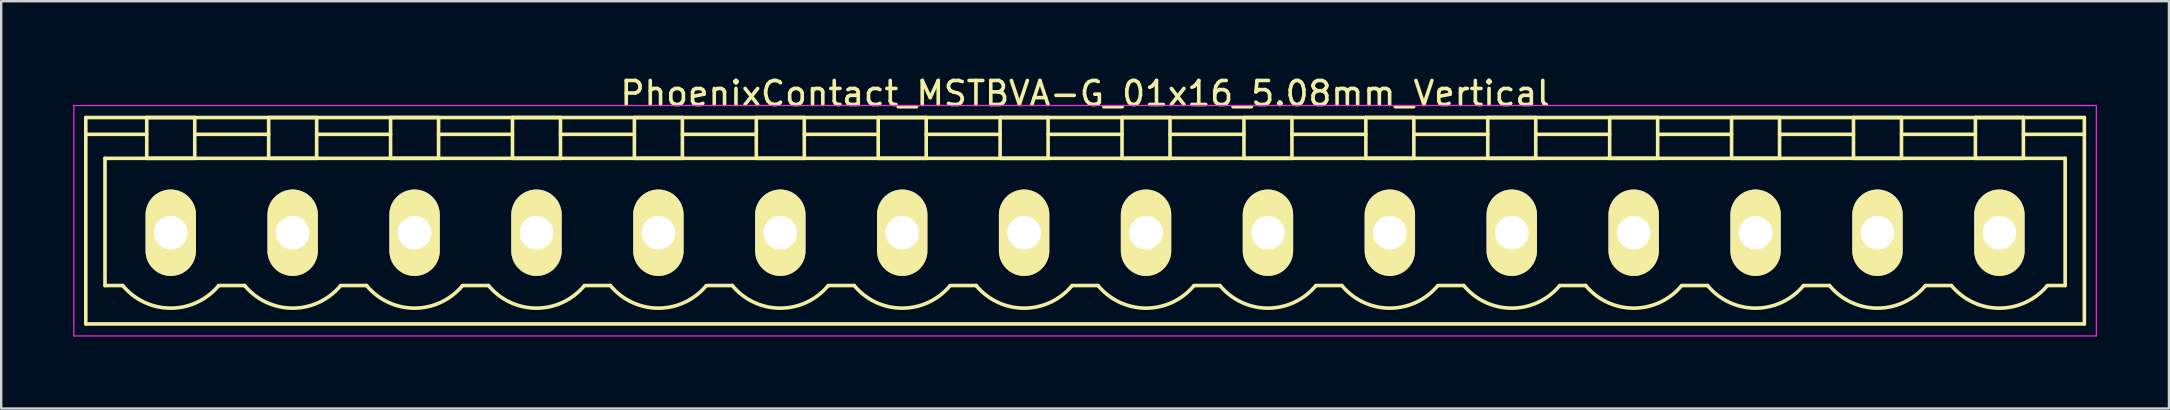
<source format=kicad_pcb>
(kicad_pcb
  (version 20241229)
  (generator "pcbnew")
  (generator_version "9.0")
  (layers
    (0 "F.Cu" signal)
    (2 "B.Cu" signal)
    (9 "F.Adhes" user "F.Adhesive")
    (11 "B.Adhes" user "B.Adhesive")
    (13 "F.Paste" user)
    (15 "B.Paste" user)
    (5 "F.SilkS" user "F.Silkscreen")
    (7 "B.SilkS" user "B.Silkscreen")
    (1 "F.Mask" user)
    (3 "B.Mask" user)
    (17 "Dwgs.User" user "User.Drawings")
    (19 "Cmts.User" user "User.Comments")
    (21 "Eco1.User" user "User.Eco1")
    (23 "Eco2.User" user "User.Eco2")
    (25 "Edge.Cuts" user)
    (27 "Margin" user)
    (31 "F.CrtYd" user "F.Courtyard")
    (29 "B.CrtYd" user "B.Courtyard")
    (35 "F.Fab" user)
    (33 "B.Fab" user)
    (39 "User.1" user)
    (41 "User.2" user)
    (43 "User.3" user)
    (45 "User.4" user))
  (footprint "PhoenixContact_MSTBVA-G_01x16_5.08mm_Vertical"
    (layer "F.Cu")
    (at 4.065 6.648)
    (property "Reference" "PhoenixContact_MSTBVA-G_01x16_5.08mm_Vertical" (at 38.1 -5.8 0) (layer "F.SilkS") (effects (font (size 1 1) (thickness 0.15))))
    (attr through_hole)
    (fp_line (start -3.54 -4.8) (end -3.54 3.8) (stroke (width 0.15) (type solid)) (layer "F.SilkS"))
    (fp_line (start -3.54 -4.1) (end -1 -4.1) (stroke (width 0.15) (type solid)) (layer "F.SilkS"))
    (fp_line (start -3.54 3.8) (end 79.74 3.8) (stroke (width 0.15) (type solid)) (layer "F.SilkS"))
    (fp_line (start -2.74 -3.1) (end 78.94 -3.1) (stroke (width 0.15) (type solid)) (layer "F.SilkS"))
    (fp_line (start -2.74 2.2) (end -2.74 -3.1) (stroke (width 0.15) (type solid)) (layer "F.SilkS"))
    (fp_line (start -2 2.2) (end -2.74 2.2) (stroke (width 0.15) (type solid)) (layer "F.SilkS"))
    (fp_line (start -1 -4.8) (end 1 -4.8) (stroke (width 0.15) (type solid)) (layer "F.SilkS"))
    (fp_line (start -1 -3.1) (end -1 -4.8) (stroke (width 0.15) (type solid)) (layer "F.SilkS"))
    (fp_line (start 1 -4.8) (end 1 -3.1) (stroke (width 0.15) (type solid)) (layer "F.SilkS"))
    (fp_line (start 1 -4.1) (end 4.08 -4.1) (stroke (width 0.15) (type solid)) (layer "F.SilkS"))
    (fp_line (start 1 -3.1) (end -1 -3.1) (stroke (width 0.15) (type solid)) (layer "F.SilkS"))
    (fp_line (start 2 2.2) (end 3.08 2.2) (stroke (width 0.15) (type solid)) (layer "F.SilkS"))
    (fp_line (start 4.08 -4.8) (end 6.08 -4.8) (stroke (width 0.15) (type solid)) (layer "F.SilkS"))
    (fp_line (start 4.08 -3.1) (end 4.08 -4.8) (stroke (width 0.15) (type solid)) (layer "F.SilkS"))
    (fp_line (start 6.08 -4.8) (end 6.08 -3.1) (stroke (width 0.15) (type solid)) (layer "F.SilkS"))
    (fp_line (start 6.08 -4.1) (end 9.16 -4.1) (stroke (width 0.15) (type solid)) (layer "F.SilkS"))
    (fp_line (start 6.08 -3.1) (end 4.08 -3.1) (stroke (width 0.15) (type solid)) (layer "F.SilkS"))
    (fp_line (start 7.08 2.2) (end 8.16 2.2) (stroke (width 0.15) (type solid)) (layer "F.SilkS"))
    (fp_line (start 9.16 -4.8) (end 11.16 -4.8) (stroke (width 0.15) (type solid)) (layer "F.SilkS"))
    (fp_line (start 9.16 -3.1) (end 9.16 -4.8) (stroke (width 0.15) (type solid)) (layer "F.SilkS"))
    (fp_line (start 11.16 -4.8) (end 11.16 -3.1) (stroke (width 0.15) (type solid)) (layer "F.SilkS"))
    (fp_line (start 11.16 -4.1) (end 14.24 -4.1) (stroke (width 0.15) (type solid)) (layer "F.SilkS"))
    (fp_line (start 11.16 -3.1) (end 9.16 -3.1) (stroke (width 0.15) (type solid)) (layer "F.SilkS"))
    (fp_line (start 12.16 2.2) (end 13.24 2.2) (stroke (width 0.15) (type solid)) (layer "F.SilkS"))
    (fp_line (start 14.24 -4.8) (end 16.24 -4.8) (stroke (width 0.15) (type solid)) (layer "F.SilkS"))
    (fp_line (start 14.24 -3.1) (end 14.24 -4.8) (stroke (width 0.15) (type solid)) (layer "F.SilkS"))
    (fp_line (start 16.24 -4.8) (end 16.24 -3.1) (stroke (width 0.15) (type solid)) (layer "F.SilkS"))
    (fp_line (start 16.24 -4.1) (end 19.32 -4.1) (stroke (width 0.15) (type solid)) (layer "F.SilkS"))
    (fp_line (start 16.24 -3.1) (end 14.24 -3.1) (stroke (width 0.15) (type solid)) (layer "F.SilkS"))
    (fp_line (start 17.24 2.2) (end 18.32 2.2) (stroke (width 0.15) (type solid)) (layer "F.SilkS"))
    (fp_line (start 19.32 -4.8) (end 21.32 -4.8) (stroke (width 0.15) (type solid)) (layer "F.SilkS"))
    (fp_line (start 19.32 -3.1) (end 19.32 -4.8) (stroke (width 0.15) (type solid)) (layer "F.SilkS"))
    (fp_line (start 21.32 -4.8) (end 21.32 -3.1) (stroke (width 0.15) (type solid)) (layer "F.SilkS"))
    (fp_line (start 21.32 -4.1) (end 24.4 -4.1) (stroke (width 0.15) (type solid)) (layer "F.SilkS"))
    (fp_line (start 21.32 -3.1) (end 19.32 -3.1) (stroke (width 0.15) (type solid)) (layer "F.SilkS"))
    (fp_line (start 22.32 2.2) (end 23.4 2.2) (stroke (width 0.15) (type solid)) (layer "F.SilkS"))
    (fp_line (start 24.4 -4.8) (end 26.4 -4.8) (stroke (width 0.15) (type solid)) (layer "F.SilkS"))
    (fp_line (start 24.4 -3.1) (end 24.4 -4.8) (stroke (width 0.15) (type solid)) (layer "F.SilkS"))
    (fp_line (start 26.4 -4.8) (end 26.4 -3.1) (stroke (width 0.15) (type solid)) (layer "F.SilkS"))
    (fp_line (start 26.4 -4.1) (end 29.48 -4.1) (stroke (width 0.15) (type solid)) (layer "F.SilkS"))
    (fp_line (start 26.4 -3.1) (end 24.4 -3.1) (stroke (width 0.15) (type solid)) (layer "F.SilkS"))
    (fp_line (start 27.4 2.2) (end 28.48 2.2) (stroke (width 0.15) (type solid)) (layer "F.SilkS"))
    (fp_line (start 29.48 -4.8) (end 31.48 -4.8) (stroke (width 0.15) (type solid)) (layer "F.SilkS"))
    (fp_line (start 29.48 -3.1) (end 29.48 -4.8) (stroke (width 0.15) (type solid)) (layer "F.SilkS"))
    (fp_line (start 31.48 -4.8) (end 31.48 -3.1) (stroke (width 0.15) (type solid)) (layer "F.SilkS"))
    (fp_line (start 31.48 -4.1) (end 34.56 -4.1) (stroke (width 0.15) (type solid)) (layer "F.SilkS"))
    (fp_line (start 31.48 -3.1) (end 29.48 -3.1) (stroke (width 0.15) (type solid)) (layer "F.SilkS"))
    (fp_line (start 32.48 2.2) (end 33.56 2.2) (stroke (width 0.15) (type solid)) (layer "F.SilkS"))
    (fp_line (start 34.56 -4.8) (end 36.56 -4.8) (stroke (width 0.15) (type solid)) (layer "F.SilkS"))
    (fp_line (start 34.56 -3.1) (end 34.56 -4.8) (stroke (width 0.15) (type solid)) (layer "F.SilkS"))
    (fp_line (start 36.56 -4.8) (end 36.56 -3.1) (stroke (width 0.15) (type solid)) (layer "F.SilkS"))
    (fp_line (start 36.56 -4.1) (end 39.64 -4.1) (stroke (width 0.15) (type solid)) (layer "F.SilkS"))
    (fp_line (start 36.56 -3.1) (end 34.56 -3.1) (stroke (width 0.15) (type solid)) (layer "F.SilkS"))
    (fp_line (start 37.56 2.2) (end 38.64 2.2) (stroke (width 0.15) (type solid)) (layer "F.SilkS"))
    (fp_line (start 39.64 -4.8) (end 41.64 -4.8) (stroke (width 0.15) (type solid)) (layer "F.SilkS"))
    (fp_line (start 39.64 -3.1) (end 39.64 -4.8) (stroke (width 0.15) (type solid)) (layer "F.SilkS"))
    (fp_line (start 41.64 -4.8) (end 41.64 -3.1) (stroke (width 0.15) (type solid)) (layer "F.SilkS"))
    (fp_line (start 41.64 -4.1) (end 44.72 -4.1) (stroke (width 0.15) (type solid)) (layer "F.SilkS"))
    (fp_line (start 41.64 -3.1) (end 39.64 -3.1) (stroke (width 0.15) (type solid)) (layer "F.SilkS"))
    (fp_line (start 42.64 2.2) (end 43.72 2.2) (stroke (width 0.15) (type solid)) (layer "F.SilkS"))
    (fp_line (start 44.72 -4.8) (end 46.72 -4.8) (stroke (width 0.15) (type solid)) (layer "F.SilkS"))
    (fp_line (start 44.72 -3.1) (end 44.72 -4.8) (stroke (width 0.15) (type solid)) (layer "F.SilkS"))
    (fp_line (start 46.72 -4.8) (end 46.72 -3.1) (stroke (width 0.15) (type solid)) (layer "F.SilkS"))
    (fp_line (start 46.72 -4.1) (end 49.8 -4.1) (stroke (width 0.15) (type solid)) (layer "F.SilkS"))
    (fp_line (start 46.72 -3.1) (end 44.72 -3.1) (stroke (width 0.15) (type solid)) (layer "F.SilkS"))
    (fp_line (start 47.72 2.2) (end 48.8 2.2) (stroke (width 0.15) (type solid)) (layer "F.SilkS"))
    (fp_line (start 49.8 -4.8) (end 51.8 -4.8) (stroke (width 0.15) (type solid)) (layer "F.SilkS"))
    (fp_line (start 49.8 -3.1) (end 49.8 -4.8) (stroke (width 0.15) (type solid)) (layer "F.SilkS"))
    (fp_line (start 51.8 -4.8) (end 51.8 -3.1) (stroke (width 0.15) (type solid)) (layer "F.SilkS"))
    (fp_line (start 51.8 -4.1) (end 54.88 -4.1) (stroke (width 0.15) (type solid)) (layer "F.SilkS"))
    (fp_line (start 51.8 -3.1) (end 49.8 -3.1) (stroke (width 0.15) (type solid)) (layer "F.SilkS"))
    (fp_line (start 52.8 2.2) (end 53.88 2.2) (stroke (width 0.15) (type solid)) (layer "F.SilkS"))
    (fp_line (start 54.88 -4.8) (end 56.88 -4.8) (stroke (width 0.15) (type solid)) (layer "F.SilkS"))
    (fp_line (start 54.88 -3.1) (end 54.88 -4.8) (stroke (width 0.15) (type solid)) (layer "F.SilkS"))
    (fp_line (start 56.88 -4.8) (end 56.88 -3.1) (stroke (width 0.15) (type solid)) (layer "F.SilkS"))
    (fp_line (start 56.88 -4.1) (end 59.96 -4.1) (stroke (width 0.15) (type solid)) (layer "F.SilkS"))
    (fp_line (start 56.88 -3.1) (end 54.88 -3.1) (stroke (width 0.15) (type solid)) (layer "F.SilkS"))
    (fp_line (start 57.88 2.2) (end 58.96 2.2) (stroke (width 0.15) (type solid)) (layer "F.SilkS"))
    (fp_line (start 59.96 -4.8) (end 61.96 -4.8) (stroke (width 0.15) (type solid)) (layer "F.SilkS"))
    (fp_line (start 59.96 -3.1) (end 59.96 -4.8) (stroke (width 0.15) (type solid)) (layer "F.SilkS"))
    (fp_line (start 61.96 -4.8) (end 61.96 -3.1) (stroke (width 0.15) (type solid)) (layer "F.SilkS"))
    (fp_line (start 61.96 -4.1) (end 65.04 -4.1) (stroke (width 0.15) (type solid)) (layer "F.SilkS"))
    (fp_line (start 61.96 -3.1) (end 59.96 -3.1) (stroke (width 0.15) (type solid)) (layer "F.SilkS"))
    (fp_line (start 62.96 2.2) (end 64.04 2.2) (stroke (width 0.15) (type solid)) (layer "F.SilkS"))
    (fp_line (start 65.04 -4.8) (end 67.04 -4.8) (stroke (width 0.15) (type solid)) (layer "F.SilkS"))
    (fp_line (start 65.04 -3.1) (end 65.04 -4.8) (stroke (width 0.15) (type solid)) (layer "F.SilkS"))
    (fp_line (start 67.04 -4.8) (end 67.04 -3.1) (stroke (width 0.15) (type solid)) (layer "F.SilkS"))
    (fp_line (start 67.04 -4.1) (end 70.12 -4.1) (stroke (width 0.15) (type solid)) (layer "F.SilkS"))
    (fp_line (start 67.04 -3.1) (end 65.04 -3.1) (stroke (width 0.15) (type solid)) (layer "F.SilkS"))
    (fp_line (start 68.04 2.2) (end 69.12 2.2) (stroke (width 0.15) (type solid)) (layer "F.SilkS"))
    (fp_line (start 70.12 -4.8) (end 72.12 -4.8) (stroke (width 0.15) (type solid)) (layer "F.SilkS"))
    (fp_line (start 70.12 -3.1) (end 70.12 -4.8) (stroke (width 0.15) (type solid)) (layer "F.SilkS"))
    (fp_line (start 72.12 -4.8) (end 72.12 -3.1) (stroke (width 0.15) (type solid)) (layer "F.SilkS"))
    (fp_line (start 72.12 -4.1) (end 75.2 -4.1) (stroke (width 0.15) (type solid)) (layer "F.SilkS"))
    (fp_line (start 72.12 -3.1) (end 70.12 -3.1) (stroke (width 0.15) (type solid)) (layer "F.SilkS"))
    (fp_line (start 73.12 2.2) (end 74.2 2.2) (stroke (width 0.15) (type solid)) (layer "F.SilkS"))
    (fp_line (start 75.2 -4.8) (end 77.2 -4.8) (stroke (width 0.15) (type solid)) (layer "F.SilkS"))
    (fp_line (start 75.2 -3.1) (end 75.2 -4.8) (stroke (width 0.15) (type solid)) (layer "F.SilkS"))
    (fp_line (start 77.2 -4.8) (end 77.2 -3.1) (stroke (width 0.15) (type solid)) (layer "F.SilkS"))
    (fp_line (start 77.2 -3.1) (end 75.2 -3.1) (stroke (width 0.15) (type solid)) (layer "F.SilkS"))
    (fp_line (start 78.94 -3.1) (end 78.94 2.2) (stroke (width 0.15) (type solid)) (layer "F.SilkS"))
    (fp_line (start 78.94 2.2) (end 78.2 2.2) (stroke (width 0.15) (type solid)) (layer "F.SilkS"))
    (fp_line (start 79.74 -4.8) (end -3.54 -4.8) (stroke (width 0.15) (type solid)) (layer "F.SilkS"))
    (fp_line (start 79.74 -4.1) (end 77.2 -4.1) (stroke (width 0.15) (type solid)) (layer "F.SilkS"))
    (fp_line (start 79.74 3.8) (end 79.74 -4.8) (stroke (width 0.15) (type solid)) (layer "F.SilkS"))
    (fp_arc (start 1.986842 2.215821) (mid -0.010289 3.142758) (end -2 2.2) (stroke (width 0.15) (type solid)) (layer "F.SilkS"))
    (fp_arc (start 7.066842 2.215821) (mid 5.069711 3.142758) (end 3.08 2.2) (stroke (width 0.15) (type solid)) (layer "F.SilkS"))
    (fp_arc (start 12.146842 2.215821) (mid 10.149711 3.142758) (end 8.16 2.2) (stroke (width 0.15) (type solid)) (layer "F.SilkS"))
    (fp_arc (start 17.226842 2.215821) (mid 15.229711 3.142758) (end 13.24 2.2) (stroke (width 0.15) (type solid)) (layer "F.SilkS"))
    (fp_arc (start 22.306842 2.215821) (mid 20.309711 3.142758) (end 18.32 2.2) (stroke (width 0.15) (type solid)) (layer "F.SilkS"))
    (fp_arc (start 27.386842 2.215821) (mid 25.389711 3.142758) (end 23.4 2.2) (stroke (width 0.15) (type solid)) (layer "F.SilkS"))
    (fp_arc (start 32.466842 2.215821) (mid 30.469711 3.142758) (end 28.48 2.2) (stroke (width 0.15) (type solid)) (layer "F.SilkS"))
    (fp_arc (start 37.546842 2.215821) (mid 35.549711 3.142758) (end 33.56 2.2) (stroke (width 0.15) (type solid)) (layer "F.SilkS"))
    (fp_arc (start 42.626842 2.215821) (mid 40.629711 3.142758) (end 38.64 2.2) (stroke (width 0.15) (type solid)) (layer "F.SilkS"))
    (fp_arc (start 47.706842 2.215821) (mid 45.709711 3.142758) (end 43.72 2.2) (stroke (width 0.15) (type solid)) (layer "F.SilkS"))
    (fp_arc (start 52.786842 2.215821) (mid 50.789711 3.142758) (end 48.8 2.2) (stroke (width 0.15) (type solid)) (layer "F.SilkS"))
    (fp_arc (start 57.866842 2.215821) (mid 55.869711 3.142758) (end 53.88 2.2) (stroke (width 0.15) (type solid)) (layer "F.SilkS"))
    (fp_arc (start 62.946842 2.215821) (mid 60.949711 3.142758) (end 58.96 2.2) (stroke (width 0.15) (type solid)) (layer "F.SilkS"))
    (fp_arc (start 68.026842 2.215821) (mid 66.029711 3.142758) (end 64.04 2.2) (stroke (width 0.15) (type solid)) (layer "F.SilkS"))
    (fp_arc (start 73.106842 2.215821) (mid 71.109711 3.142758) (end 69.12 2.2) (stroke (width 0.15) (type solid)) (layer "F.SilkS"))
    (fp_arc (start 78.186842 2.215821) (mid 76.189711 3.142758) (end 74.2 2.2) (stroke (width 0.15) (type solid)) (layer "F.SilkS"))
    (fp_line (start -4.04 -5.3) (end -4.04 4.3) (stroke (width 0.05) (type solid)) (layer "F.CrtYd"))
    (fp_line (start -4.04 4.3) (end 80.24 4.3) (stroke (width 0.05) (type solid)) (layer "F.CrtYd"))
    (fp_line (start 80.24 -5.3) (end -4.04 -5.3) (stroke (width 0.05) (type solid)) (layer "F.CrtYd"))
    (fp_line (start 80.24 4.3) (end 80.24 -5.3) (stroke (width 0.05) (type solid)) (layer "F.CrtYd"))
    (pad "1" thru_hole oval (at 0 0) (size 2.1 3.6) (drill 1.4) (layers "*.Cu" "*.Mask" "F.SilkS"))
    (pad "2" thru_hole oval (at 5.08 0) (size 2.1 3.6) (drill 1.4) (layers "*.Cu" "*.Mask" "F.SilkS"))
    (pad "3" thru_hole oval (at 10.16 0) (size 2.1 3.6) (drill 1.4) (layers "*.Cu" "*.Mask" "F.SilkS"))
    (pad "4" thru_hole oval (at 15.24 0) (size 2.1 3.6) (drill 1.4) (layers "*.Cu" "*.Mask" "F.SilkS"))
    (pad "5" thru_hole oval (at 20.32 0) (size 2.1 3.6) (drill 1.4) (layers "*.Cu" "*.Mask" "F.SilkS"))
    (pad "6" thru_hole oval (at 25.4 0) (size 2.1 3.6) (drill 1.4) (layers "*.Cu" "*.Mask" "F.SilkS"))
    (pad "7" thru_hole oval (at 30.48 0) (size 2.1 3.6) (drill 1.4) (layers "*.Cu" "*.Mask" "F.SilkS"))
    (pad "8" thru_hole oval (at 35.56 0) (size 2.1 3.6) (drill 1.4) (layers "*.Cu" "*.Mask" "F.SilkS"))
    (pad "9" thru_hole oval (at 40.64 0) (size 2.1 3.6) (drill 1.4) (layers "*.Cu" "*.Mask" "F.SilkS"))
    (pad "10" thru_hole oval (at 45.72 0) (size 2.1 3.6) (drill 1.4) (layers "*.Cu" "*.Mask" "F.SilkS"))
    (pad "11" thru_hole oval (at 50.8 0) (size 2.1 3.6) (drill 1.4) (layers "*.Cu" "*.Mask" "F.SilkS"))
    (pad "12" thru_hole oval (at 55.88 0) (size 2.1 3.6) (drill 1.4) (layers "*.Cu" "*.Mask" "F.SilkS"))
    (pad "13" thru_hole oval (at 60.96 0) (size 2.1 3.6) (drill 1.4) (layers "*.Cu" "*.Mask" "F.SilkS"))
    (pad "14" thru_hole oval (at 66.04 0) (size 2.1 3.6) (drill 1.4) (layers "*.Cu" "*.Mask" "F.SilkS"))
    (pad "15" thru_hole oval (at 71.12 0) (size 2.1 3.6) (drill 1.4) (layers "*.Cu" "*.Mask" "F.SilkS"))
    (pad "16" thru_hole oval (at 76.2 0) (size 2.1 3.6) (drill 1.4) (layers "*.Cu" "*.Mask" "F.SilkS")))
  (gr_rect
    (start -3 -3)
    (end 87.33 13.973)
    (stroke (width 0.1) (type default))
    (fill no)
    (layer "Edge.Cuts")))
</source>
